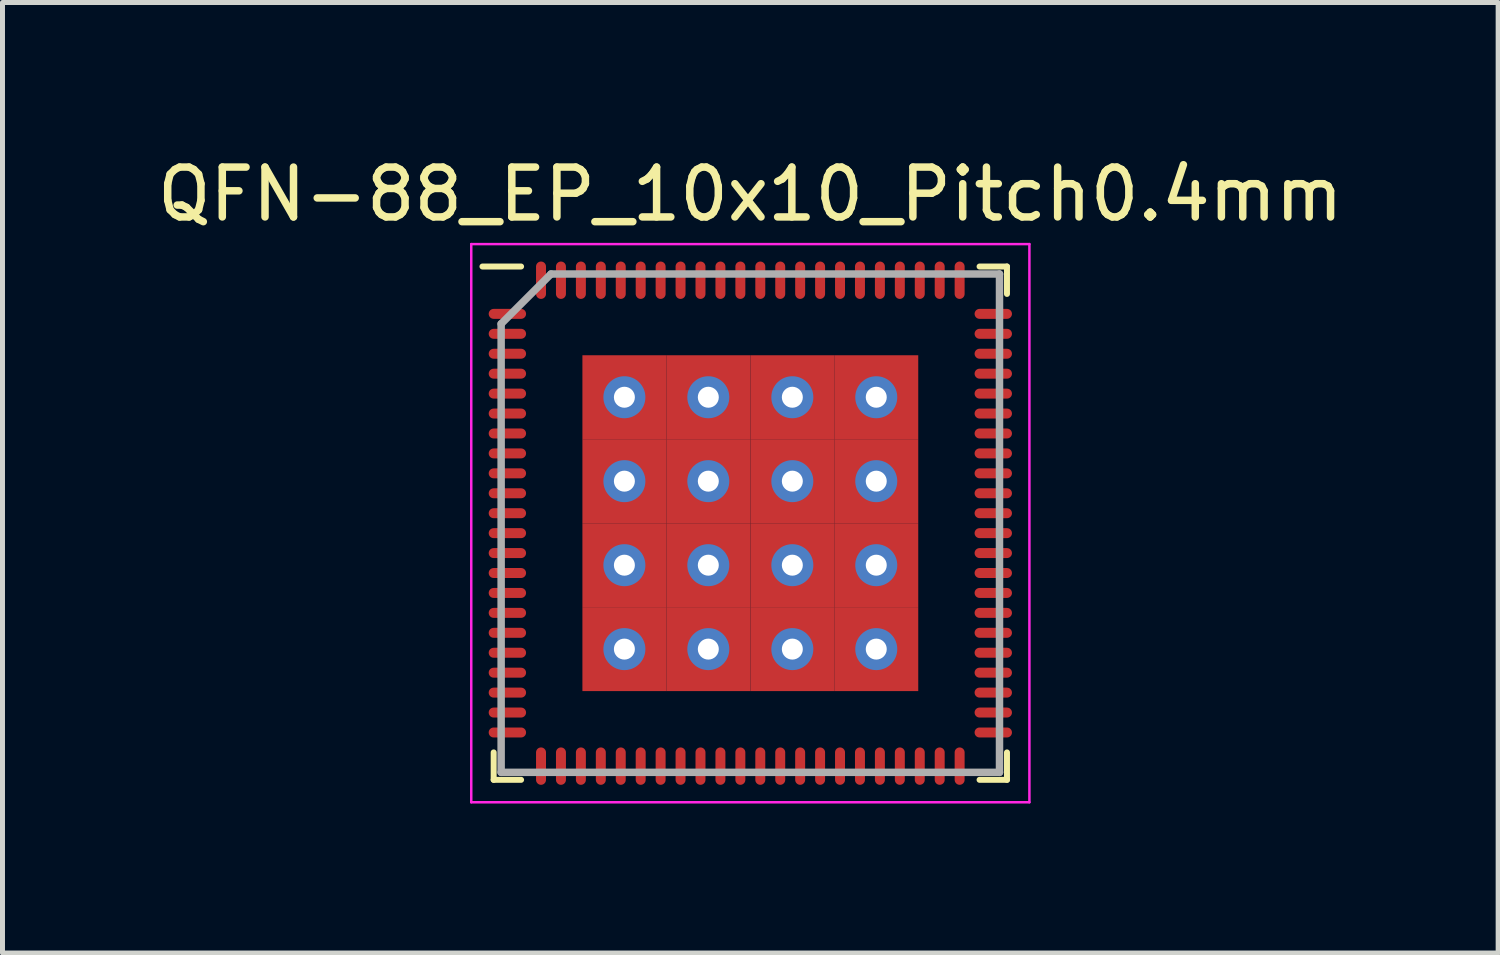
<source format=kicad_pcb>
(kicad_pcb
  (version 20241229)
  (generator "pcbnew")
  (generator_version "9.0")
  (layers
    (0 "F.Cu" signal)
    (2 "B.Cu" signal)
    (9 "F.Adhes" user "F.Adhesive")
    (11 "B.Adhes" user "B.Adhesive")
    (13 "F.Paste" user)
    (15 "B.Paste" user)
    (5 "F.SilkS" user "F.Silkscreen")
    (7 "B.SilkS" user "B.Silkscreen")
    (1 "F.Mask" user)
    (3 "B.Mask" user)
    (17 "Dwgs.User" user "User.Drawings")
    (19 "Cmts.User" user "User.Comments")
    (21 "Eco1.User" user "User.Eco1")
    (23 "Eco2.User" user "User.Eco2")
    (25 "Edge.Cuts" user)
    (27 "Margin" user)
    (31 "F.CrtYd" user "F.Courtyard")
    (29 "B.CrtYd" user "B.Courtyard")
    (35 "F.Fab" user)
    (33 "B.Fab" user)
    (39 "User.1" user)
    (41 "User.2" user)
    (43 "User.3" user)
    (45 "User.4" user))
  (footprint "QFN-88_EP_10x10_Pitch0.4mm"
    (layer "F.Cu")
    (at 12.006 7.448)
    (property "Reference" "QFN-88_EP_10x10_Pitch0.4mm" (at 0 -6.6 0) (layer "F.SilkS") (effects (font (size 1 1) (thickness 0.15))))
    (attr through_hole)
    (fp_line (start -5.15 5.15) (end -5.15 4.6) (stroke (width 0.12) (type solid)) (layer "F.SilkS"))
    (fp_line (start -4.6 -5.15) (end -5.375 -5.15) (stroke (width 0.12) (type solid)) (layer "F.SilkS"))
    (fp_line (start -4.6 5.15) (end -5.15 5.15) (stroke (width 0.12) (type solid)) (layer "F.SilkS"))
    (fp_line (start 4.6 -5.15) (end 5.15 -5.15) (stroke (width 0.12) (type solid)) (layer "F.SilkS"))
    (fp_line (start 4.6 5.15) (end 5.15 5.15) (stroke (width 0.12) (type solid)) (layer "F.SilkS"))
    (fp_line (start 5.15 -5.15) (end 5.15 -4.6) (stroke (width 0.12) (type solid)) (layer "F.SilkS"))
    (fp_line (start 5.15 5.15) (end 5.15 4.6) (stroke (width 0.12) (type solid)) (layer "F.SilkS"))
    (fp_line (start -5.6 -5.6) (end 5.6 -5.6) (stroke (width 0.05) (type solid)) (layer "F.CrtYd"))
    (fp_line (start -5.6 5.6) (end -5.6 -5.6) (stroke (width 0.05) (type solid)) (layer "F.CrtYd"))
    (fp_line (start 5.6 -5.6) (end 5.6 5.6) (stroke (width 0.05) (type solid)) (layer "F.CrtYd"))
    (fp_line (start 5.6 5.6) (end -5.6 5.6) (stroke (width 0.05) (type solid)) (layer "F.CrtYd"))
    (fp_line (start -5 -4) (end -5 5) (stroke (width 0.15) (type solid)) (layer "F.Fab"))
    (fp_line (start -5 5) (end 5 5) (stroke (width 0.15) (type solid)) (layer "F.Fab"))
    (fp_line (start -4 -5) (end -5 -4) (stroke (width 0.15) (type solid)) (layer "F.Fab"))
    (fp_line (start 5 -5) (end -4 -5) (stroke (width 0.15) (type solid)) (layer "F.Fab"))
    (fp_line (start 5 5) (end 5 -5) (stroke (width 0.15) (type solid)) (layer "F.Fab"))
    (pad "1" smd oval (at -4.875 -4.2 90) (size 0.2 0.75) (layers "F.Cu" "F.Mask" "F.Paste"))
    (pad "2" smd oval (at -4.875 -3.8 90) (size 0.2 0.75) (layers "F.Cu" "F.Mask" "F.Paste"))
    (pad "3" smd oval (at -4.875 -3.4 90) (size 0.2 0.75) (layers "F.Cu" "F.Mask" "F.Paste"))
    (pad "4" smd oval (at -4.875 -3 90) (size 0.2 0.75) (layers "F.Cu" "F.Mask" "F.Paste"))
    (pad "5" smd oval (at -4.875 -2.6 90) (size 0.2 0.75) (layers "F.Cu" "F.Mask" "F.Paste"))
    (pad "6" smd oval (at -4.875 -2.2 90) (size 0.2 0.75) (layers "F.Cu" "F.Mask" "F.Paste"))
    (pad "7" smd oval (at -4.875 -1.8 90) (size 0.2 0.75) (layers "F.Cu" "F.Mask" "F.Paste"))
    (pad "8" smd oval (at -4.875 -1.4 90) (size 0.2 0.75) (layers "F.Cu" "F.Mask" "F.Paste"))
    (pad "9" smd oval (at -4.875 -1 90) (size 0.2 0.75) (layers "F.Cu" "F.Mask" "F.Paste"))
    (pad "10" smd oval (at -4.875 -0.6 90) (size 0.2 0.75) (layers "F.Cu" "F.Mask" "F.Paste"))
    (pad "11" smd oval (at -4.875 -0.2 90) (size 0.2 0.75) (layers "F.Cu" "F.Mask" "F.Paste"))
    (pad "12" smd oval (at -4.875 0.2 90) (size 0.2 0.75) (layers "F.Cu" "F.Mask" "F.Paste"))
    (pad "13" smd oval (at -4.875 0.6 90) (size 0.2 0.75) (layers "F.Cu" "F.Mask" "F.Paste"))
    (pad "14" smd oval (at -4.875 1 90) (size 0.2 0.75) (layers "F.Cu" "F.Mask" "F.Paste"))
    (pad "15" smd oval (at -4.875 1.4 90) (size 0.2 0.75) (layers "F.Cu" "F.Mask" "F.Paste"))
    (pad "16" smd oval (at -4.875 1.8 90) (size 0.2 0.75) (layers "F.Cu" "F.Mask" "F.Paste"))
    (pad "17" smd oval (at -4.875 2.2 90) (size 0.2 0.75) (layers "F.Cu" "F.Mask" "F.Paste"))
    (pad "18" smd oval (at -4.875 2.6 90) (size 0.2 0.75) (layers "F.Cu" "F.Mask" "F.Paste"))
    (pad "19" smd oval (at -4.875 3 90) (size 0.2 0.75) (layers "F.Cu" "F.Mask" "F.Paste"))
    (pad "20" smd oval (at -4.875 3.4 90) (size 0.2 0.75) (layers "F.Cu" "F.Mask" "F.Paste"))
    (pad "21" smd oval (at -4.875 3.8 90) (size 0.2 0.75) (layers "F.Cu" "F.Mask" "F.Paste"))
    (pad "22" smd oval (at -4.875 4.2 90) (size 0.2 0.75) (layers "F.Cu" "F.Mask" "F.Paste"))
    (pad "23" smd oval (at -4.2 4.875) (size 0.2 0.75) (layers "F.Cu" "F.Mask" "F.Paste"))
    (pad "24" smd oval (at -3.8 4.875) (size 0.2 0.75) (layers "F.Cu" "F.Mask" "F.Paste"))
    (pad "25" smd oval (at -3.4 4.875) (size 0.2 0.75) (layers "F.Cu" "F.Mask" "F.Paste"))
    (pad "26" smd oval (at -3 4.875) (size 0.2 0.75) (layers "F.Cu" "F.Mask" "F.Paste"))
    (pad "27" smd oval (at -2.6 4.875) (size 0.2 0.75) (layers "F.Cu" "F.Mask" "F.Paste"))
    (pad "28" smd oval (at -2.2 4.875) (size 0.2 0.75) (layers "F.Cu" "F.Mask" "F.Paste"))
    (pad "29" smd oval (at -1.8 4.875) (size 0.2 0.75) (layers "F.Cu" "F.Mask" "F.Paste"))
    (pad "30" smd oval (at -1.4 4.875) (size 0.2 0.75) (layers "F.Cu" "F.Mask" "F.Paste"))
    (pad "31" smd oval (at -1 4.875) (size 0.2 0.75) (layers "F.Cu" "F.Mask" "F.Paste"))
    (pad "32" smd oval (at -0.6 4.875) (size 0.2 0.75) (layers "F.Cu" "F.Mask" "F.Paste"))
    (pad "33" smd oval (at -0.2 4.875) (size 0.2 0.75) (layers "F.Cu" "F.Mask" "F.Paste"))
    (pad "34" smd oval (at 0.2 4.875) (size 0.2 0.75) (layers "F.Cu" "F.Mask" "F.Paste"))
    (pad "35" smd oval (at 0.6 4.875) (size 0.2 0.75) (layers "F.Cu" "F.Mask" "F.Paste"))
    (pad "36" smd oval (at 1 4.875) (size 0.2 0.75) (layers "F.Cu" "F.Mask" "F.Paste"))
    (pad "37" smd oval (at 1.4 4.875) (size 0.2 0.75) (layers "F.Cu" "F.Mask" "F.Paste"))
    (pad "38" smd oval (at 1.8 4.875) (size 0.2 0.75) (layers "F.Cu" "F.Mask" "F.Paste"))
    (pad "39" smd oval (at 2.2 4.875) (size 0.2 0.75) (layers "F.Cu" "F.Mask" "F.Paste"))
    (pad "40" smd oval (at 2.6 4.875) (size 0.2 0.75) (layers "F.Cu" "F.Mask" "F.Paste"))
    (pad "41" smd oval (at 3 4.875) (size 0.2 0.75) (layers "F.Cu" "F.Mask" "F.Paste"))
    (pad "42" smd oval (at 3.4 4.875) (size 0.2 0.75) (layers "F.Cu" "F.Mask" "F.Paste"))
    (pad "43" smd oval (at 3.8 4.875) (size 0.2 0.75) (layers "F.Cu" "F.Mask" "F.Paste"))
    (pad "44" smd oval (at 4.2 4.875) (size 0.2 0.75) (layers "F.Cu" "F.Mask" "F.Paste"))
    (pad "45" smd oval (at 4.875 4.2 90) (size 0.2 0.75) (layers "F.Cu" "F.Mask" "F.Paste"))
    (pad "46" smd oval (at 4.875 3.8 90) (size 0.2 0.75) (layers "F.Cu" "F.Mask" "F.Paste"))
    (pad "47" smd oval (at 4.875 3.4 90) (size 0.2 0.75) (layers "F.Cu" "F.Mask" "F.Paste"))
    (pad "48" smd oval (at 4.875 3 90) (size 0.2 0.75) (layers "F.Cu" "F.Mask" "F.Paste"))
    (pad "49" smd oval (at 4.875 2.6 90) (size 0.2 0.75) (layers "F.Cu" "F.Mask" "F.Paste"))
    (pad "50" smd oval (at 4.875 2.2 90) (size 0.2 0.75) (layers "F.Cu" "F.Mask" "F.Paste"))
    (pad "51" smd oval (at 4.875 1.8 90) (size 0.2 0.75) (layers "F.Cu" "F.Mask" "F.Paste"))
    (pad "52" smd oval (at 4.875 1.4 90) (size 0.2 0.75) (layers "F.Cu" "F.Mask" "F.Paste"))
    (pad "53" smd oval (at 4.875 1 90) (size 0.2 0.75) (layers "F.Cu" "F.Mask" "F.Paste"))
    (pad "54" smd oval (at 4.875 0.6 90) (size 0.2 0.75) (layers "F.Cu" "F.Mask" "F.Paste"))
    (pad "55" smd oval (at 4.875 0.2 90) (size 0.2 0.75) (layers "F.Cu" "F.Mask" "F.Paste"))
    (pad "56" smd oval (at 4.875 -0.2 90) (size 0.2 0.75) (layers "F.Cu" "F.Mask" "F.Paste"))
    (pad "57" smd oval (at 4.875 -0.6 90) (size 0.2 0.75) (layers "F.Cu" "F.Mask" "F.Paste"))
    (pad "58" smd oval (at 4.875 -1 90) (size 0.2 0.75) (layers "F.Cu" "F.Mask" "F.Paste"))
    (pad "59" smd oval (at 4.875 -1.4 90) (size 0.2 0.75) (layers "F.Cu" "F.Mask" "F.Paste"))
    (pad "60" smd oval (at 4.875 -1.8 90) (size 0.2 0.75) (layers "F.Cu" "F.Mask" "F.Paste"))
    (pad "61" smd oval (at 4.875 -2.2 90) (size 0.2 0.75) (layers "F.Cu" "F.Mask" "F.Paste"))
    (pad "62" smd oval (at 4.875 -2.6 90) (size 0.2 0.75) (layers "F.Cu" "F.Mask" "F.Paste"))
    (pad "63" smd oval (at 4.875 -3 90) (size 0.2 0.75) (layers "F.Cu" "F.Mask" "F.Paste"))
    (pad "64" smd oval (at 4.875 -3.4 90) (size 0.2 0.75) (layers "F.Cu" "F.Mask" "F.Paste"))
    (pad "65" smd oval (at 4.875 -3.8 90) (size 0.2 0.75) (layers "F.Cu" "F.Mask" "F.Paste"))
    (pad "66" smd oval (at 4.875 -4.2 90) (size 0.2 0.75) (layers "F.Cu" "F.Mask" "F.Paste"))
    (pad "67" smd oval (at 4.2 -4.875) (size 0.2 0.75) (layers "F.Cu" "F.Mask" "F.Paste"))
    (pad "68" smd oval (at 3.8 -4.875) (size 0.2 0.75) (layers "F.Cu" "F.Mask" "F.Paste"))
    (pad "69" smd oval (at 3.4 -4.875) (size 0.2 0.75) (layers "F.Cu" "F.Mask" "F.Paste"))
    (pad "70" smd oval (at 3 -4.875) (size 0.2 0.75) (layers "F.Cu" "F.Mask" "F.Paste"))
    (pad "71" smd oval (at 2.6 -4.875) (size 0.2 0.75) (layers "F.Cu" "F.Mask" "F.Paste"))
    (pad "72" smd oval (at 2.2 -4.875) (size 0.2 0.75) (layers "F.Cu" "F.Mask" "F.Paste"))
    (pad "73" smd oval (at 1.8 -4.875) (size 0.2 0.75) (layers "F.Cu" "F.Mask" "F.Paste"))
    (pad "74" smd oval (at 1.4 -4.875) (size 0.2 0.75) (layers "F.Cu" "F.Mask" "F.Paste"))
    (pad "75" smd oval (at 1 -4.875) (size 0.2 0.75) (layers "F.Cu" "F.Mask" "F.Paste"))
    (pad "76" smd oval (at 0.6 -4.875) (size 0.2 0.75) (layers "F.Cu" "F.Mask" "F.Paste"))
    (pad "77" smd oval (at 0.2 -4.875) (size 0.2 0.75) (layers "F.Cu" "F.Mask" "F.Paste"))
    (pad "78" smd oval (at -0.2 -4.875) (size 0.2 0.75) (layers "F.Cu" "F.Mask" "F.Paste"))
    (pad "79" smd oval (at -0.6 -4.875) (size 0.2 0.75) (layers "F.Cu" "F.Mask" "F.Paste"))
    (pad "80" smd oval (at -1 -4.875) (size 0.2 0.75) (layers "F.Cu" "F.Mask" "F.Paste"))
    (pad "81" smd oval (at -1.4 -4.875) (size 0.2 0.75) (layers "F.Cu" "F.Mask" "F.Paste"))
    (pad "82" smd oval (at -1.8 -4.875) (size 0.2 0.75) (layers "F.Cu" "F.Mask" "F.Paste"))
    (pad "83" smd oval (at -2.2 -4.875) (size 0.2 0.75) (layers "F.Cu" "F.Mask" "F.Paste"))
    (pad "84" smd oval (at -2.6 -4.875) (size 0.2 0.75) (layers "F.Cu" "F.Mask" "F.Paste"))
    (pad "85" smd oval (at -3 -4.875) (size 0.2 0.75) (layers "F.Cu" "F.Mask" "F.Paste"))
    (pad "86" smd oval (at -3.4 -4.875) (size 0.2 0.75) (layers "F.Cu" "F.Mask" "F.Paste"))
    (pad "87" smd oval (at -3.8 -4.875) (size 0.2 0.75) (layers "F.Cu" "F.Mask" "F.Paste"))
    (pad "88" smd oval (at -4.2 -4.875) (size 0.2 0.75) (layers "F.Cu" "F.Mask" "F.Paste"))
    (pad "89" thru_hole circle (at -2.527 -2.527) (size 0.843 0.843) (drill 0.421) (layers "*.Cu" "*.Mask"))
    (pad "89" smd rect (at -2.527 -2.527) (size 1.685 1.685) (layers "F.Cu" "F.Mask" "F.Paste"))
    (pad "89" thru_hole circle (at -2.527 -0.843) (size 0.843 0.843) (drill 0.421) (layers "*.Cu" "*.Mask"))
    (pad "89" smd rect (at -2.527 -0.843) (size 1.685 1.685) (layers "F.Cu" "F.Mask" "F.Paste"))
    (pad "89" thru_hole circle (at -2.527 0.843) (size 0.843 0.843) (drill 0.421) (layers "*.Cu" "*.Mask"))
    (pad "89" smd rect (at -2.527 0.843) (size 1.685 1.685) (layers "F.Cu" "F.Mask" "F.Paste"))
    (pad "89" thru_hole circle (at -2.527 2.527) (size 0.843 0.843) (drill 0.421) (layers "*.Cu" "*.Mask"))
    (pad "89" smd rect (at -2.527 2.527) (size 1.685 1.685) (layers "F.Cu" "F.Mask" "F.Paste"))
    (pad "89" thru_hole circle (at -0.843 -2.527) (size 0.843 0.843) (drill 0.421) (layers "*.Cu" "*.Mask"))
    (pad "89" smd rect (at -0.843 -2.527) (size 1.685 1.685) (layers "F.Cu" "F.Mask" "F.Paste"))
    (pad "89" thru_hole circle (at -0.843 -0.843) (size 0.843 0.843) (drill 0.421) (layers "*.Cu" "*.Mask"))
    (pad "89" smd rect (at -0.843 -0.843) (size 1.685 1.685) (layers "F.Cu" "F.Mask" "F.Paste"))
    (pad "89" thru_hole circle (at -0.843 0.843) (size 0.843 0.843) (drill 0.421) (layers "*.Cu" "*.Mask"))
    (pad "89" smd rect (at -0.843 0.843) (size 1.685 1.685) (layers "F.Cu" "F.Mask" "F.Paste"))
    (pad "89" thru_hole circle (at -0.843 2.527) (size 0.843 0.843) (drill 0.421) (layers "*.Cu" "*.Mask"))
    (pad "89" smd rect (at -0.843 2.527) (size 1.685 1.685) (layers "F.Cu" "F.Mask" "F.Paste"))
    (pad "89" thru_hole circle (at 0.843 -2.527) (size 0.843 0.843) (drill 0.421) (layers "*.Cu" "*.Mask"))
    (pad "89" smd rect (at 0.843 -2.527) (size 1.685 1.685) (layers "F.Cu" "F.Mask" "F.Paste"))
    (pad "89" thru_hole circle (at 0.843 -0.843) (size 0.843 0.843) (drill 0.421) (layers "*.Cu" "*.Mask"))
    (pad "89" smd rect (at 0.843 -0.843) (size 1.685 1.685) (layers "F.Cu" "F.Mask" "F.Paste"))
    (pad "89" thru_hole circle (at 0.843 0.843) (size 0.843 0.843) (drill 0.421) (layers "*.Cu" "*.Mask"))
    (pad "89" smd rect (at 0.843 0.843) (size 1.685 1.685) (layers "F.Cu" "F.Mask" "F.Paste"))
    (pad "89" thru_hole circle (at 0.843 2.527) (size 0.843 0.843) (drill 0.421) (layers "*.Cu" "*.Mask"))
    (pad "89" smd rect (at 0.843 2.527) (size 1.685 1.685) (layers "F.Cu" "F.Mask" "F.Paste"))
    (pad "89" thru_hole circle (at 2.527 -2.527) (size 0.843 0.843) (drill 0.421) (layers "*.Cu" "*.Mask"))
    (pad "89" smd rect (at 2.527 -2.527) (size 1.685 1.685) (layers "F.Cu" "F.Mask" "F.Paste"))
    (pad "89" thru_hole circle (at 2.527 -0.843) (size 0.843 0.843) (drill 0.421) (layers "*.Cu" "*.Mask"))
    (pad "89" smd rect (at 2.527 -0.843) (size 1.685 1.685) (layers "F.Cu" "F.Mask" "F.Paste"))
    (pad "89" thru_hole circle (at 2.527 0.843) (size 0.843 0.843) (drill 0.421) (layers "*.Cu" "*.Mask"))
    (pad "89" smd rect (at 2.527 0.843) (size 1.685 1.685) (layers "F.Cu" "F.Mask" "F.Paste"))
    (pad "89" thru_hole circle (at 2.527 2.527) (size 0.843 0.843) (drill 0.421) (layers "*.Cu" "*.Mask"))
    (pad "89" smd rect (at 2.527 2.527) (size 1.685 1.685) (layers "F.Cu" "F.Mask" "F.Paste")))
  (gr_rect
    (start -3 -3)
    (end 27.012 16.073)
    (stroke (width 0.1) (type default))
    (fill no)
    (layer "Edge.Cuts")))
</source>
